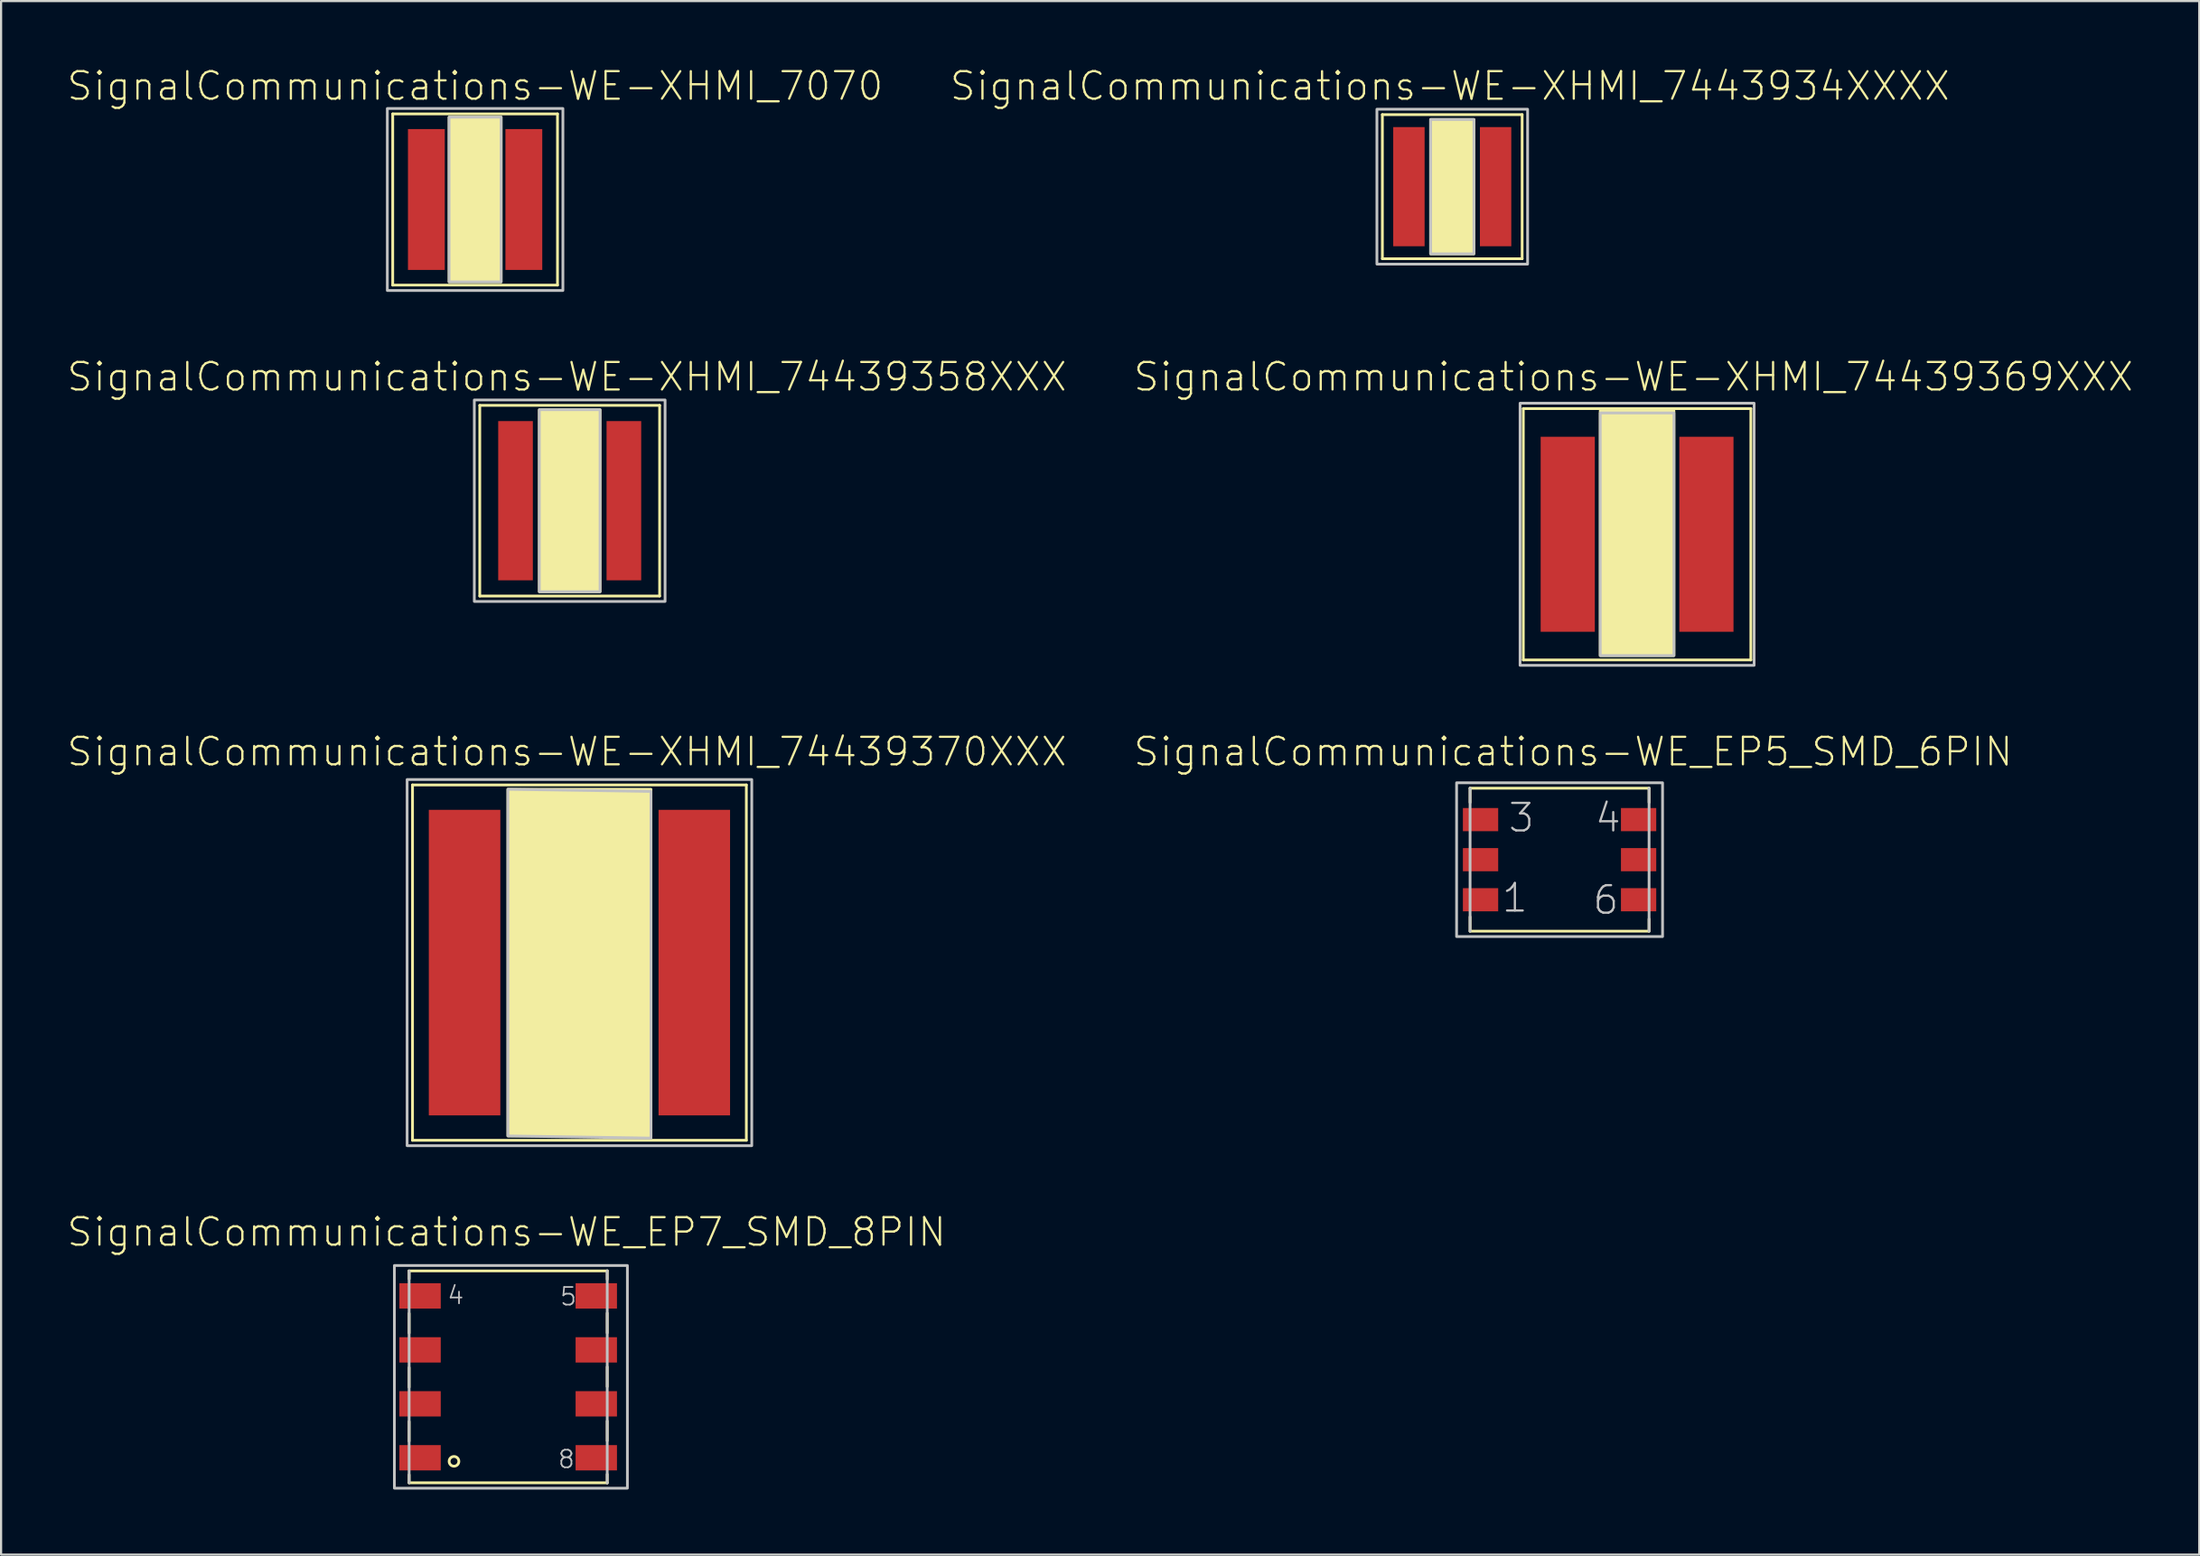
<source format=kicad_pcb>
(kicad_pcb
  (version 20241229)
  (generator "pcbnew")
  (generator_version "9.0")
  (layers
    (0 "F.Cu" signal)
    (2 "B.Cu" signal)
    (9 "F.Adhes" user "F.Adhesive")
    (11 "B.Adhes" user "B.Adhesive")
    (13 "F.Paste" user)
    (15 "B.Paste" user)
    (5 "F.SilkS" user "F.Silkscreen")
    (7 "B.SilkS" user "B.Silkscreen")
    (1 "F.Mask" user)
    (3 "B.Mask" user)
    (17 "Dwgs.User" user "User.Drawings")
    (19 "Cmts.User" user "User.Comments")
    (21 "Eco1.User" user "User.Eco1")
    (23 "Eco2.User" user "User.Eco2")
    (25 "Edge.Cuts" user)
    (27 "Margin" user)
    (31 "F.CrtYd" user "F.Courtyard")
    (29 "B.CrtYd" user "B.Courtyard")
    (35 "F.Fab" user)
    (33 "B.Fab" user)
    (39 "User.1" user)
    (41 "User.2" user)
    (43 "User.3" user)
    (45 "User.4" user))
  (footprint "SignalCommunications-WE-XHMI_7070"
    (layer "F.Cu")
    (at 18.864 6.156)
    (property "Reference" "SignalCommunications-WE-XHMI_7070" (at 0 -5.235 0) (layer "F.SilkS") (effects (font (size 1.27 1.27) (thickness 0.102))))
    (attr smd)
    (fp_line (start -3.8 -3.95) (end 3.8 -3.95) (stroke (width 0.127) (type solid)) (layer "F.SilkS"))
    (fp_line (start -3.8 3.95) (end -3.8 -3.95) (stroke (width 0.127) (type solid)) (layer "F.SilkS"))
    (fp_line (start 3.8 -3.95) (end 3.8 3.95) (stroke (width 0.127) (type solid)) (layer "F.SilkS"))
    (fp_line (start 3.8 3.95) (end -3.8 3.95) (stroke (width 0.127) (type solid)) (layer "F.SilkS"))
    (fp_poly (pts (xy -1.199 -3.8) (xy 1.199 -3.8) (xy 1.199 3.8) (xy -1.199 3.8) (xy -1.199 -3.8)) (stroke (width 0.127) (type solid)) (fill yes) (layer "F.SilkS"))
    (fp_poly (pts (xy -4.049 -4.199) (xy 4.049 -4.199) (xy 4.049 4.199) (xy -4.049 4.199) (xy -4.049 -4.199)) (stroke (width 0.127) (type solid)) (fill no) (layer "Dwgs.User"))
    (fp_poly (pts (xy -1.199 -3.8) (xy 1.199 -3.8) (xy 1.199 3.8) (xy -1.199 3.8) (xy -1.199 -3.8)) (stroke (width 0.127) (type solid)) (fill no) (layer "Dwgs.User"))
    (pad "1" smd rect (at -2.248 0) (size 1.699 6.5) (layers "F.Cu" "F.Mask" "F.Paste"))
    (pad "2" smd rect (at 2.248 0) (size 1.699 6.5) (layers "F.Cu" "F.Mask" "F.Paste")))
  (footprint "SignalCommunications-WE_EP5_SMD_6PIN"
    (layer "F.Cu")
    (at 68.884 36.62)
    (property "Reference" "SignalCommunications-WE_EP5_SMD_6PIN" (at 0.625 -4.983 0) (layer "F.SilkS") (effects (font (size 1.27 1.27) (thickness 0.102))))
    (attr smd)
    (fp_line (start -4.128 -3.299) (end -4.128 -2.639) (stroke (width 0.127) (type solid)) (layer "F.SilkS"))
    (fp_line (start -4.128 2.639) (end -4.128 3.299) (stroke (width 0.127) (type solid)) (layer "F.SilkS"))
    (fp_line (start 4.128 -3.299) (end -4.128 -3.299) (stroke (width 0.127) (type solid)) (layer "F.SilkS"))
    (fp_line (start 4.128 -3.299) (end 4.128 -2.639) (stroke (width 0.127) (type solid)) (layer "F.SilkS"))
    (fp_line (start 4.128 2.738) (end 4.128 3.299) (stroke (width 0.127) (type solid)) (layer "F.SilkS"))
    (fp_line (start 4.128 3.299) (end -4.128 3.299) (stroke (width 0.127) (type solid)) (layer "F.SilkS"))
    (fp_line (start -4.128 3.299) (end -4.128 -3.299) (stroke (width 0.127) (type solid)) (layer "Dwgs.User"))
    (fp_line (start 4.128 3.299) (end 4.128 -3.299) (stroke (width 0.127) (type solid)) (layer "Dwgs.User"))
    (fp_poly (pts (xy -4.75 -3.548) (xy 4.75 -3.548) (xy 4.75 3.548) (xy -4.75 3.548) (xy -4.75 -3.548)) (stroke (width 0.127) (type solid)) (fill no) (layer "Dwgs.User"))
    (fp_text user "6" (at 2.134 1.864 0) (layer "Dwgs.User") (effects (font (size 1.27 1.27) (thickness 0.102))))
    (fp_text user "4" (at 2.233 -1.933 0) (layer "Dwgs.User") (effects (font (size 1.27 1.27) (thickness 0.102))))
    (fp_text user "3" (at -1.763 -1.933 0) (layer "Dwgs.User") (effects (font (size 1.27 1.27) (thickness 0.102))))
    (fp_text user "1" (at -2.062 1.763 0) (layer "Dwgs.User") (effects (font (size 1.27 1.27) (thickness 0.102))))
    (pad "1" smd rect (at -3.645 1.849 180) (size 1.628 1.069) (layers "F.Cu" "F.Mask" "F.Paste"))
    (pad "2" smd rect (at -3.645 0 180) (size 1.628 1.069) (layers "F.Cu" "F.Mask" "F.Paste"))
    (pad "3" smd rect (at -3.645 -1.849 180) (size 1.628 1.069) (layers "F.Cu" "F.Mask" "F.Paste"))
    (pad "4" smd rect (at 3.645 -1.849 180) (size 1.628 1.069) (layers "F.Cu" "F.Mask" "F.Paste"))
    (pad "5" smd rect (at 3.645 0 180) (size 1.628 1.069) (layers "F.Cu" "F.Mask" "F.Paste"))
    (pad "6" smd rect (at 3.645 1.849 180) (size 1.628 1.069) (layers "F.Cu" "F.Mask" "F.Paste")))
  (footprint "SignalCommunications-WE-XHMI_74439369XXX"
    (layer "F.Cu")
    (at 72.459 21.604)
    (property "Reference" "SignalCommunications-WE-XHMI_74439369XXX" (at -0.168 -7.264 0) (layer "F.SilkS") (effects (font (size 1.27 1.27) (thickness 0.102))))
    (attr smd)
    (fp_line (start -5.248 -5.799) (end 5.248 -5.799) (stroke (width 0.127) (type solid)) (layer "F.SilkS"))
    (fp_line (start -5.248 5.799) (end -5.248 -5.799) (stroke (width 0.127) (type solid)) (layer "F.SilkS"))
    (fp_line (start 5.248 5.799) (end -5.248 5.799) (stroke (width 0.127) (type solid)) (layer "F.SilkS"))
    (fp_line (start 5.248 5.799) (end 5.248 -5.799) (stroke (width 0.127) (type solid)) (layer "F.SilkS"))
    (fp_poly (pts (xy -1.699 5.598) (xy -1.699 -5.7) (xy 1.699 -5.7) (xy 1.699 5.598) (xy -1.699 5.598)) (stroke (width 0.127) (type solid)) (fill yes) (layer "F.SilkS"))
    (fp_poly (pts (xy -5.397 6.048) (xy -5.397 -6.048) (xy 5.397 -6.048) (xy 5.397 6.048) (xy -5.397 6.048)) (stroke (width 0.127) (type solid)) (fill no) (layer "Dwgs.User"))
    (fp_poly (pts (xy -1.699 5.598) (xy -1.699 -5.598) (xy 1.699 -5.598) (xy 1.699 5.598) (xy -1.699 5.598)) (stroke (width 0.127) (type solid)) (fill no) (layer "Dwgs.User"))
    (pad "1" smd rect (at -3.198 0 90) (size 8.999 2.499) (layers "F.Cu" "F.Mask" "F.Paste"))
    (pad "2" smd rect (at 3.198 0 90) (size 8.999 2.499) (layers "F.Cu" "F.Mask" "F.Paste")))
  (footprint "SignalCommunications-WE-XHMI_74439370XXX"
    (layer "F.Cu")
    (at 23.676 41.37)
    (property "Reference" "SignalCommunications-WE-XHMI_74439370XXX" (at -0.579 -9.733 0) (layer "F.SilkS") (effects (font (size 1.27 1.27) (thickness 0.102))))
    (attr smd)
    (fp_line (start -7.699 -8.199) (end 7.699 -8.199) (stroke (width 0.127) (type solid)) (layer "F.SilkS"))
    (fp_line (start -7.699 8.199) (end -7.699 -8.199) (stroke (width 0.127) (type solid)) (layer "F.SilkS"))
    (fp_line (start 7.699 -8.199) (end 7.699 8.199) (stroke (width 0.127) (type solid)) (layer "F.SilkS"))
    (fp_line (start 7.699 8.199) (end -7.699 8.199) (stroke (width 0.127) (type solid)) (layer "F.SilkS"))
    (fp_poly (pts (xy -3.299 7.998) (xy -3.299 -7.998) (xy 3.299 -7.998) (xy 3.299 7.998) (xy -3.299 7.998)) (stroke (width 0.127) (type solid)) (fill yes) (layer "F.SilkS"))
    (fp_poly (pts (xy -7.948 8.448) (xy -7.948 -8.448) (xy 7.948 -8.448) (xy 7.948 8.448) (xy -7.948 8.448)) (stroke (width 0.127) (type solid)) (fill no) (layer "Dwgs.User"))
    (fp_poly (pts (xy -3.299 7.998) (xy -3.299 -7.998) (xy 3.299 -7.899) (xy 3.299 8.098) (xy -3.299 7.998)) (stroke (width 0.127) (type solid)) (fill no) (layer "Dwgs.User"))
    (pad "1" smd rect (at -5.298 0 90) (size 14.1 3.299) (layers "F.Cu" "F.Mask" "F.Paste"))
    (pad "2" smd rect (at 5.298 0 90) (size 14.1 3.299) (layers "F.Cu" "F.Mask" "F.Paste")))
  (footprint "SignalCommunications-WE-XHMI_74439358XXX"
    (layer "F.Cu")
    (at 23.227 20.055)
    (property "Reference" "SignalCommunications-WE-XHMI_74439358XXX" (at -0.13 -5.715 0) (layer "F.SilkS") (effects (font (size 1.27 1.27) (thickness 0.102))))
    (attr smd)
    (fp_line (start -4.148 -4.399) (end 4.148 -4.399) (stroke (width 0.127) (type solid)) (layer "F.SilkS"))
    (fp_line (start -4.148 4.399) (end -4.148 -4.399) (stroke (width 0.127) (type solid)) (layer "F.SilkS"))
    (fp_line (start 4.148 -4.399) (end 4.148 4.399) (stroke (width 0.127) (type solid)) (layer "F.SilkS"))
    (fp_line (start 4.148 4.399) (end -4.148 4.399) (stroke (width 0.127) (type solid)) (layer "F.SilkS"))
    (fp_poly (pts (xy -1.4 4.199) (xy -1.4 -4.199) (xy 1.4 -4.199) (xy 1.4 4.199) (xy -1.4 4.199)) (stroke (width 0.127) (type solid)) (fill yes) (layer "F.SilkS"))
    (fp_poly (pts (xy -4.399 4.648) (xy -4.399 -4.648) (xy 4.399 -4.648) (xy 4.399 4.648) (xy -4.399 4.648)) (stroke (width 0.127) (type solid)) (fill no) (layer "Dwgs.User"))
    (fp_poly (pts (xy -1.4 4.199) (xy -1.4 -4.199) (xy 1.4 -4.199) (xy 1.4 4.199) (xy -1.4 4.199)) (stroke (width 0.127) (type solid)) (fill no) (layer "Dwgs.User"))
    (pad "1" smd rect (at -2.499 0 90) (size 7.348 1.598) (layers "F.Cu" "F.Mask" "F.Paste"))
    (pad "2" smd rect (at 2.499 0 90) (size 7.348 1.598) (layers "F.Cu" "F.Mask" "F.Paste")))
  (footprint "SignalCommunications-WE_EP7_SMD_8PIN"
    (layer "F.Cu")
    (at 20.389 60.485)
    (property "Reference" "SignalCommunications-WE_EP7_SMD_8PIN" (at -0.074 -6.683 0) (layer "F.SilkS") (effects (font (size 1.27 1.27) (thickness 0.102))))
    (attr smd)
    (fp_line (start -4.569 -4.889) (end 4.569 -4.889) (stroke (width 0.127) (type solid)) (layer "F.SilkS"))
    (fp_line (start -4.569 -4.519) (end -4.569 -4.889) (stroke (width 0.127) (type solid)) (layer "F.SilkS"))
    (fp_line (start -4.569 -2.929) (end -4.569 -2.019) (stroke (width 0.127) (type solid)) (layer "F.SilkS"))
    (fp_line (start -4.569 -0.429) (end -4.569 0.478) (stroke (width 0.127) (type solid)) (layer "F.SilkS"))
    (fp_line (start -4.569 2.06) (end -4.569 2.969) (stroke (width 0.127) (type solid)) (layer "F.SilkS"))
    (fp_line (start -4.569 4.519) (end -4.569 4.889) (stroke (width 0.127) (type solid)) (layer "F.SilkS"))
    (fp_line (start -4.569 4.889) (end 4.569 4.889) (stroke (width 0.127) (type solid)) (layer "F.SilkS"))
    (fp_line (start 4.569 -4.498) (end 4.569 -4.889) (stroke (width 0.127) (type solid)) (layer "F.SilkS"))
    (fp_line (start 4.569 -2.939) (end 4.569 -2.029) (stroke (width 0.127) (type solid)) (layer "F.SilkS"))
    (fp_line (start 4.569 -0.46) (end 4.569 0.45) (stroke (width 0.127) (type solid)) (layer "F.SilkS"))
    (fp_line (start 4.569 2.04) (end 4.569 2.949) (stroke (width 0.127) (type solid)) (layer "F.SilkS"))
    (fp_line (start 4.569 4.498) (end 4.569 4.889) (stroke (width 0.127) (type solid)) (layer "F.SilkS"))
    (fp_circle (center -2.499 3.899) (end -2.499 3.675) (stroke (width 0.127) (type solid)) (fill no) (layer "F.SilkS"))
    (fp_line (start -4.569 -4.889) (end -4.569 4.889) (stroke (width 0.127) (type solid)) (layer "Dwgs.User"))
    (fp_line (start 4.569 -4.9) (end 4.569 4.9) (stroke (width 0.127) (type solid)) (layer "Dwgs.User"))
    (fp_poly (pts (xy -5.248 -5.138) (xy 5.499 -5.138) (xy 5.499 5.138) (xy -5.248 5.138) (xy -5.248 -5.138)) (stroke (width 0.127) (type solid)) (fill no) (layer "Dwgs.User"))
    (fp_text user "5" (at 2.776 -3.706 0) (layer "Dwgs.User") (effects (font (size 0.813 0.813) (thickness 0.076))))
    (fp_text user "4" (at -2.423 -3.764 0) (layer "Dwgs.User") (effects (font (size 0.813 0.813) (thickness 0.076))))
    (fp_text user "8" (at 2.685 3.802 0) (layer "Dwgs.User") (effects (font (size 0.813 0.813) (thickness 0.076))))
    (pad "1" smd rect (at -4.064 3.734) (size 1.908 1.168) (layers "F.Cu" "F.Mask" "F.Paste"))
    (pad "2" smd rect (at -4.064 1.245) (size 1.908 1.168) (layers "F.Cu" "F.Mask" "F.Paste"))
    (pad "3" smd rect (at -4.064 -1.245) (size 1.908 1.168) (layers "F.Cu" "F.Mask" "F.Paste"))
    (pad "4" smd rect (at -4.064 -3.734) (size 1.908 1.168) (layers "F.Cu" "F.Mask" "F.Paste"))
    (pad "5" smd rect (at 4.064 -3.734) (size 1.908 1.168) (layers "F.Cu" "F.Mask" "F.Paste"))
    (pad "6" smd rect (at 4.064 -1.245) (size 1.908 1.168) (layers "F.Cu" "F.Mask" "F.Paste"))
    (pad "7" smd rect (at 4.064 1.245) (size 1.908 1.168) (layers "F.Cu" "F.Mask" "F.Paste"))
    (pad "8" smd rect (at 4.064 3.734) (size 1.908 1.168) (layers "F.Cu" "F.Mask" "F.Paste")))
  (footprint "SignalCommunications-WE-XHMI_7443934XXXX"
    (layer "F.Cu")
    (at 63.934 5.564)
    (property "Reference" "SignalCommunications-WE-XHMI_7443934XXXX" (at -0.109 -4.643 0) (layer "F.SilkS") (effects (font (size 1.27 1.27) (thickness 0.102))))
    (attr smd)
    (fp_line (start -3.223 -3.325) (end 3.223 -3.325) (stroke (width 0.127) (type solid)) (layer "F.SilkS"))
    (fp_line (start -3.223 3.325) (end -3.223 -3.325) (stroke (width 0.127) (type solid)) (layer "F.SilkS"))
    (fp_line (start 3.223 -3.325) (end 3.223 3.325) (stroke (width 0.127) (type solid)) (layer "F.SilkS"))
    (fp_line (start 3.223 3.325) (end -3.223 3.325) (stroke (width 0.127) (type solid)) (layer "F.SilkS"))
    (fp_poly (pts (xy -0.998 3.099) (xy -0.998 -3.099) (xy 0.998 -3.099) (xy 0.998 3.099) (xy -0.998 3.099)) (stroke (width 0.127) (type solid)) (fill yes) (layer "F.SilkS"))
    (fp_poly (pts (xy -3.475 3.574) (xy -3.475 -3.574) (xy 3.475 -3.574) (xy 3.475 3.574) (xy -3.475 3.574)) (stroke (width 0.127) (type solid)) (fill no) (layer "Dwgs.User"))
    (fp_poly (pts (xy -0.998 3.099) (xy -0.998 -3.099) (xy 0.998 -3.099) (xy 0.998 3.099) (xy -0.998 3.099)) (stroke (width 0.127) (type solid)) (fill no) (layer "Dwgs.User"))
    (pad "1" smd rect (at -1.999 0) (size 1.448 5.499) (layers "F.Cu" "F.Mask" "F.Paste"))
    (pad "2" smd rect (at 1.999 0) (size 1.448 5.499) (layers "F.Cu" "F.Mask" "F.Paste")))
  (gr_rect
    (start -3 -3)
    (end 98.388 68.687)
    (stroke (width 0.1) (type default))
    (fill no)
    (layer "Edge.Cuts")))
</source>
